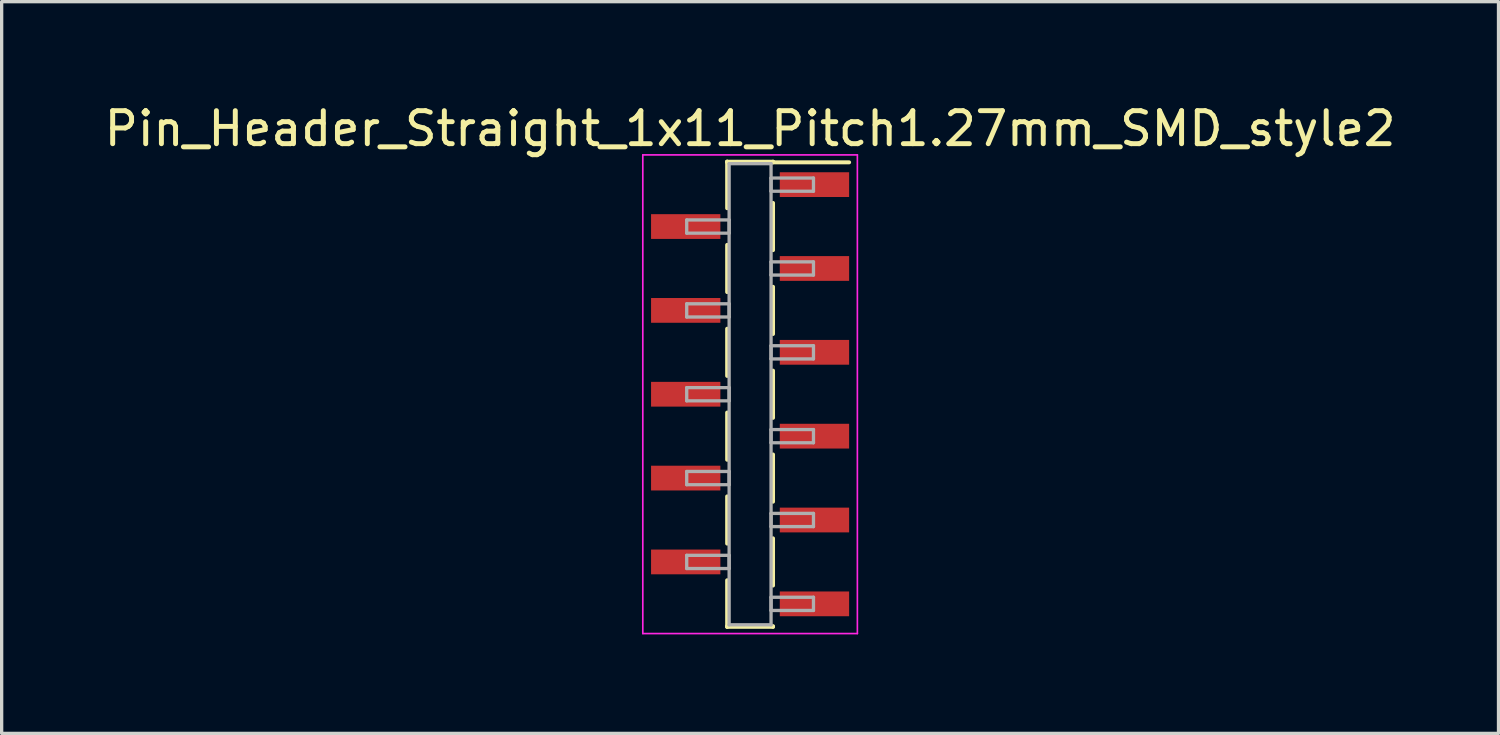
<source format=kicad_pcb>
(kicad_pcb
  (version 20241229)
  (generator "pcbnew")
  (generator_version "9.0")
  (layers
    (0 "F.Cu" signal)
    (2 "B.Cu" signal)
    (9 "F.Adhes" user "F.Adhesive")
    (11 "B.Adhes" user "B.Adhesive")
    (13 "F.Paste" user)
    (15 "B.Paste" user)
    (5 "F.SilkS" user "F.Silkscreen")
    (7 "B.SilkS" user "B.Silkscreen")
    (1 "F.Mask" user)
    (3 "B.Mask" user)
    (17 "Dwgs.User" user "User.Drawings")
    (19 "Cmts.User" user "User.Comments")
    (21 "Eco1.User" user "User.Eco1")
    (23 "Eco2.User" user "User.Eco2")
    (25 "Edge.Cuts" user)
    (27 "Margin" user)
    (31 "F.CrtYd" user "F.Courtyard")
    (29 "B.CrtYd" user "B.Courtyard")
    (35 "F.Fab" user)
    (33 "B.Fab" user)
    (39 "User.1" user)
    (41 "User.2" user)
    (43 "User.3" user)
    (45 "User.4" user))
  (footprint "Pin_Header_Straight_1x11_Pitch1.27mm_SMD_style2"
    (layer "F.Cu")
    (at 19.673 8.893)
    (property "Reference" "Pin_Header_Straight_1x11_Pitch1.27mm_SMD_style2" (at 0 -8.045 0) (layer "F.SilkS") (effects (font (size 1 1) (thickness 0.15))))
    (attr smd)
    (fp_line (start -0.695 -7.045) (end -0.695 -5.635) (stroke (width 0.12) (type solid)) (layer "F.SilkS"))
    (fp_line (start -0.695 -7.045) (end 0.695 -7.045) (stroke (width 0.12) (type solid)) (layer "F.SilkS"))
    (fp_line (start -0.695 -7.025) (end -0.695 -7.045) (stroke (width 0.12) (type solid)) (layer "F.SilkS"))
    (fp_line (start -0.695 -4.525) (end -0.695 -3.095) (stroke (width 0.12) (type solid)) (layer "F.SilkS"))
    (fp_line (start -0.695 -1.985) (end -0.695 -0.555) (stroke (width 0.12) (type solid)) (layer "F.SilkS"))
    (fp_line (start -0.695 0.555) (end -0.695 1.985) (stroke (width 0.12) (type solid)) (layer "F.SilkS"))
    (fp_line (start -0.695 3.095) (end -0.695 4.525) (stroke (width 0.12) (type solid)) (layer "F.SilkS"))
    (fp_line (start -0.695 5.635) (end -0.695 7.045) (stroke (width 0.12) (type solid)) (layer "F.SilkS"))
    (fp_line (start -0.695 7.025) (end -0.695 7.045) (stroke (width 0.12) (type solid)) (layer "F.SilkS"))
    (fp_line (start -0.695 7.045) (end 0.695 7.045) (stroke (width 0.12) (type solid)) (layer "F.SilkS"))
    (fp_line (start 0.695 -7.045) (end 0.695 -7.025) (stroke (width 0.12) (type solid)) (layer "F.SilkS"))
    (fp_line (start 0.695 -7.025) (end 3 -7.025) (stroke (width 0.12) (type solid)) (layer "F.SilkS"))
    (fp_line (start 0.695 -5.795) (end 0.695 -4.365) (stroke (width 0.12) (type solid)) (layer "F.SilkS"))
    (fp_line (start 0.695 -3.255) (end 0.695 -1.825) (stroke (width 0.12) (type solid)) (layer "F.SilkS"))
    (fp_line (start 0.695 -0.715) (end 0.695 0.715) (stroke (width 0.12) (type solid)) (layer "F.SilkS"))
    (fp_line (start 0.695 1.825) (end 0.695 3.255) (stroke (width 0.12) (type solid)) (layer "F.SilkS"))
    (fp_line (start 0.695 4.365) (end 0.695 5.795) (stroke (width 0.12) (type solid)) (layer "F.SilkS"))
    (fp_line (start 0.695 7.045) (end 0.695 7.025) (stroke (width 0.12) (type solid)) (layer "F.SilkS"))
    (fp_line (start -3.25 -7.25) (end -3.25 7.25) (stroke (width 0.05) (type solid)) (layer "F.CrtYd"))
    (fp_line (start -3.25 7.25) (end 3.25 7.25) (stroke (width 0.05) (type solid)) (layer "F.CrtYd"))
    (fp_line (start 3.25 -7.25) (end -3.25 -7.25) (stroke (width 0.05) (type solid)) (layer "F.CrtYd"))
    (fp_line (start 3.25 7.25) (end 3.25 -7.25) (stroke (width 0.05) (type solid)) (layer "F.CrtYd"))
    (fp_line (start -1.92 -5.28) (end -0.635 -5.28) (stroke (width 0.1) (type solid)) (layer "F.Fab"))
    (fp_line (start -1.92 -4.88) (end -1.92 -5.28) (stroke (width 0.1) (type solid)) (layer "F.Fab"))
    (fp_line (start -1.92 -2.74) (end -0.635 -2.74) (stroke (width 0.1) (type solid)) (layer "F.Fab"))
    (fp_line (start -1.92 -2.34) (end -1.92 -2.74) (stroke (width 0.1) (type solid)) (layer "F.Fab"))
    (fp_line (start -1.92 -0.2) (end -0.635 -0.2) (stroke (width 0.1) (type solid)) (layer "F.Fab"))
    (fp_line (start -1.92 0.2) (end -1.92 -0.2) (stroke (width 0.1) (type solid)) (layer "F.Fab"))
    (fp_line (start -1.92 2.34) (end -0.635 2.34) (stroke (width 0.1) (type solid)) (layer "F.Fab"))
    (fp_line (start -1.92 2.74) (end -1.92 2.34) (stroke (width 0.1) (type solid)) (layer "F.Fab"))
    (fp_line (start -1.92 4.88) (end -0.635 4.88) (stroke (width 0.1) (type solid)) (layer "F.Fab"))
    (fp_line (start -1.92 5.28) (end -1.92 4.88) (stroke (width 0.1) (type solid)) (layer "F.Fab"))
    (fp_line (start -0.635 -6.985) (end -0.635 6.985) (stroke (width 0.1) (type solid)) (layer "F.Fab"))
    (fp_line (start -0.635 -5.28) (end -0.635 -4.88) (stroke (width 0.1) (type solid)) (layer "F.Fab"))
    (fp_line (start -0.635 -4.88) (end -1.92 -4.88) (stroke (width 0.1) (type solid)) (layer "F.Fab"))
    (fp_line (start -0.635 -2.74) (end -0.635 -2.34) (stroke (width 0.1) (type solid)) (layer "F.Fab"))
    (fp_line (start -0.635 -2.34) (end -1.92 -2.34) (stroke (width 0.1) (type solid)) (layer "F.Fab"))
    (fp_line (start -0.635 -0.2) (end -0.635 0.2) (stroke (width 0.1) (type solid)) (layer "F.Fab"))
    (fp_line (start -0.635 0.2) (end -1.92 0.2) (stroke (width 0.1) (type solid)) (layer "F.Fab"))
    (fp_line (start -0.635 2.34) (end -0.635 2.74) (stroke (width 0.1) (type solid)) (layer "F.Fab"))
    (fp_line (start -0.635 2.74) (end -1.92 2.74) (stroke (width 0.1) (type solid)) (layer "F.Fab"))
    (fp_line (start -0.635 4.88) (end -0.635 5.28) (stroke (width 0.1) (type solid)) (layer "F.Fab"))
    (fp_line (start -0.635 5.28) (end -1.92 5.28) (stroke (width 0.1) (type solid)) (layer "F.Fab"))
    (fp_line (start -0.635 6.985) (end 0.635 6.985) (stroke (width 0.1) (type solid)) (layer "F.Fab"))
    (fp_line (start 0.635 -6.985) (end -0.635 -6.985) (stroke (width 0.1) (type solid)) (layer "F.Fab"))
    (fp_line (start 0.635 -6.55) (end 0.635 -6.15) (stroke (width 0.1) (type solid)) (layer "F.Fab"))
    (fp_line (start 0.635 -6.15) (end 1.92 -6.15) (stroke (width 0.1) (type solid)) (layer "F.Fab"))
    (fp_line (start 0.635 -4.01) (end 0.635 -3.61) (stroke (width 0.1) (type solid)) (layer "F.Fab"))
    (fp_line (start 0.635 -3.61) (end 1.92 -3.61) (stroke (width 0.1) (type solid)) (layer "F.Fab"))
    (fp_line (start 0.635 -1.47) (end 0.635 -1.07) (stroke (width 0.1) (type solid)) (layer "F.Fab"))
    (fp_line (start 0.635 -1.07) (end 1.92 -1.07) (stroke (width 0.1) (type solid)) (layer "F.Fab"))
    (fp_line (start 0.635 1.07) (end 0.635 1.47) (stroke (width 0.1) (type solid)) (layer "F.Fab"))
    (fp_line (start 0.635 1.47) (end 1.92 1.47) (stroke (width 0.1) (type solid)) (layer "F.Fab"))
    (fp_line (start 0.635 3.61) (end 0.635 4.01) (stroke (width 0.1) (type solid)) (layer "F.Fab"))
    (fp_line (start 0.635 4.01) (end 1.92 4.01) (stroke (width 0.1) (type solid)) (layer "F.Fab"))
    (fp_line (start 0.635 6.15) (end 0.635 6.55) (stroke (width 0.1) (type solid)) (layer "F.Fab"))
    (fp_line (start 0.635 6.55) (end 1.92 6.55) (stroke (width 0.1) (type solid)) (layer "F.Fab"))
    (fp_line (start 0.635 6.985) (end 0.635 -6.985) (stroke (width 0.1) (type solid)) (layer "F.Fab"))
    (fp_line (start 1.92 -6.55) (end 0.635 -6.55) (stroke (width 0.1) (type solid)) (layer "F.Fab"))
    (fp_line (start 1.92 -6.15) (end 1.92 -6.55) (stroke (width 0.1) (type solid)) (layer "F.Fab"))
    (fp_line (start 1.92 -4.01) (end 0.635 -4.01) (stroke (width 0.1) (type solid)) (layer "F.Fab"))
    (fp_line (start 1.92 -3.61) (end 1.92 -4.01) (stroke (width 0.1) (type solid)) (layer "F.Fab"))
    (fp_line (start 1.92 -1.47) (end 0.635 -1.47) (stroke (width 0.1) (type solid)) (layer "F.Fab"))
    (fp_line (start 1.92 -1.07) (end 1.92 -1.47) (stroke (width 0.1) (type solid)) (layer "F.Fab"))
    (fp_line (start 1.92 1.07) (end 0.635 1.07) (stroke (width 0.1) (type solid)) (layer "F.Fab"))
    (fp_line (start 1.92 1.47) (end 1.92 1.07) (stroke (width 0.1) (type solid)) (layer "F.Fab"))
    (fp_line (start 1.92 3.61) (end 0.635 3.61) (stroke (width 0.1) (type solid)) (layer "F.Fab"))
    (fp_line (start 1.92 4.01) (end 1.92 3.61) (stroke (width 0.1) (type solid)) (layer "F.Fab"))
    (fp_line (start 1.92 6.15) (end 0.635 6.15) (stroke (width 0.1) (type solid)) (layer "F.Fab"))
    (fp_line (start 1.92 6.55) (end 1.92 6.15) (stroke (width 0.1) (type solid)) (layer "F.Fab"))
    (pad "1" smd rect (at 1.95 -6.35) (size 2.1 0.75) (layers "F.Cu" "F.Mask"))
    (pad "2" smd rect (at -1.95 -5.08) (size 2.1 0.75) (layers "F.Cu" "F.Mask"))
    (pad "3" smd rect (at 1.95 -3.81) (size 2.1 0.75) (layers "F.Cu" "F.Mask"))
    (pad "4" smd rect (at -1.95 -2.54) (size 2.1 0.75) (layers "F.Cu" "F.Mask"))
    (pad "5" smd rect (at 1.95 -1.27) (size 2.1 0.75) (layers "F.Cu" "F.Mask"))
    (pad "6" smd rect (at -1.95 0) (size 2.1 0.75) (layers "F.Cu" "F.Mask"))
    (pad "7" smd rect (at 1.95 1.27) (size 2.1 0.75) (layers "F.Cu" "F.Mask"))
    (pad "8" smd rect (at -1.95 2.54) (size 2.1 0.75) (layers "F.Cu" "F.Mask"))
    (pad "9" smd rect (at 1.95 3.81) (size 2.1 0.75) (layers "F.Cu" "F.Mask"))
    (pad "10" smd rect (at -1.95 5.08) (size 2.1 0.75) (layers "F.Cu" "F.Mask"))
    (pad "11" smd rect (at 1.95 6.35) (size 2.1 0.75) (layers "F.Cu" "F.Mask")))
  (gr_rect
    (start -3 -3)
    (end 42.345 19.168)
    (stroke (width 0.1) (type default))
    (fill no)
    (layer "Edge.Cuts")))
</source>
